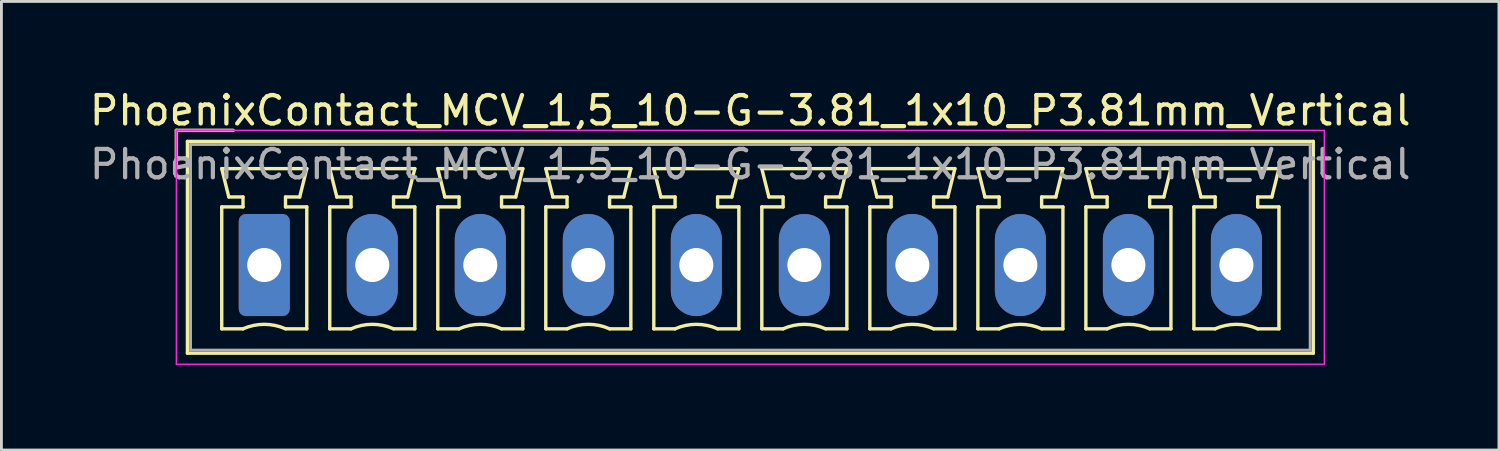
<source format=kicad_pcb>
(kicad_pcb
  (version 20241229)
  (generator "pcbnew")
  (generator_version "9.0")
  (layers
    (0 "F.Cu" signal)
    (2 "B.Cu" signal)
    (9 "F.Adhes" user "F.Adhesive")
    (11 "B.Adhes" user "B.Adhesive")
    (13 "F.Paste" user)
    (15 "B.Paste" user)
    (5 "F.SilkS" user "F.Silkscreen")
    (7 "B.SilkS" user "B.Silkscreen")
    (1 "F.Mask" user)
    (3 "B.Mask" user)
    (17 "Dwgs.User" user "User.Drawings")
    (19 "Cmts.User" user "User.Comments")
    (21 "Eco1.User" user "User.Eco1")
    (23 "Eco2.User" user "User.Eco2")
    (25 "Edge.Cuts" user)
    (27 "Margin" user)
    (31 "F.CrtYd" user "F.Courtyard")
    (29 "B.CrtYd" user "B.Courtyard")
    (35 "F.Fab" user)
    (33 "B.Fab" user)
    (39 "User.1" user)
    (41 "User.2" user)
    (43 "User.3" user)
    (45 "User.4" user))
  (footprint "PhoenixContact_MCV_1,5_10-G-3.81_1x10_P3.81mm_Vertical"
    (layer "F.Cu")
    (at 6.271 6.298)
    (property "Reference" "PhoenixContact_MCV_1,5_10-G-3.81_1x10_P3.81mm_Vertical" (at 17.14 -5.45 0) (layer "F.SilkS") (effects (font (size 1 1) (thickness 0.15))))
    (attr through_hole)
    (fp_line (start -3.1 -4.75) (end -1.1 -4.75) (stroke (width 0.12) (type solid)) (layer "F.SilkS"))
    (fp_line (start -3.1 -3.5) (end -3.1 -4.75) (stroke (width 0.12) (type solid)) (layer "F.SilkS"))
    (fp_line (start -2.71 -4.36) (end -2.71 3.11) (stroke (width 0.12) (type solid)) (layer "F.SilkS"))
    (fp_line (start -2.71 3.11) (end 37 3.11) (stroke (width 0.12) (type solid)) (layer "F.SilkS"))
    (fp_line (start -1.5 -3.4) (end 1.5 -3.4) (stroke (width 0.12) (type solid)) (layer "F.SilkS"))
    (fp_line (start -1.5 -2.05) (end -0.75 -2.05) (stroke (width 0.12) (type solid)) (layer "F.SilkS"))
    (fp_line (start -1.5 2.25) (end -1.5 -2.05) (stroke (width 0.12) (type solid)) (layer "F.SilkS"))
    (fp_line (start -1.25 -2.4) (end -1.5 -3.4) (stroke (width 0.12) (type solid)) (layer "F.SilkS"))
    (fp_line (start -0.75 -2.4) (end -1.25 -2.4) (stroke (width 0.12) (type solid)) (layer "F.SilkS"))
    (fp_line (start -0.75 -2.05) (end -0.75 -2.4) (stroke (width 0.12) (type solid)) (layer "F.SilkS"))
    (fp_line (start -0.75 2.25) (end -1.5 2.25) (stroke (width 0.12) (type solid)) (layer "F.SilkS"))
    (fp_line (start 0.75 -2.4) (end 0.75 -2.05) (stroke (width 0.12) (type solid)) (layer "F.SilkS"))
    (fp_line (start 0.75 -2.05) (end 1.5 -2.05) (stroke (width 0.12) (type solid)) (layer "F.SilkS"))
    (fp_line (start 1.25 -2.4) (end 0.75 -2.4) (stroke (width 0.12) (type solid)) (layer "F.SilkS"))
    (fp_line (start 1.5 -3.4) (end 1.25 -2.4) (stroke (width 0.12) (type solid)) (layer "F.SilkS"))
    (fp_line (start 1.5 -2.05) (end 1.5 2.25) (stroke (width 0.12) (type solid)) (layer "F.SilkS"))
    (fp_line (start 1.5 2.25) (end 0.75 2.25) (stroke (width 0.12) (type solid)) (layer "F.SilkS"))
    (fp_line (start 2.31 -3.4) (end 5.31 -3.4) (stroke (width 0.12) (type solid)) (layer "F.SilkS"))
    (fp_line (start 2.31 -2.05) (end 3.06 -2.05) (stroke (width 0.12) (type solid)) (layer "F.SilkS"))
    (fp_line (start 2.31 2.25) (end 2.31 -2.05) (stroke (width 0.12) (type solid)) (layer "F.SilkS"))
    (fp_line (start 2.56 -2.4) (end 2.31 -3.4) (stroke (width 0.12) (type solid)) (layer "F.SilkS"))
    (fp_line (start 3.06 -2.4) (end 2.56 -2.4) (stroke (width 0.12) (type solid)) (layer "F.SilkS"))
    (fp_line (start 3.06 -2.05) (end 3.06 -2.4) (stroke (width 0.12) (type solid)) (layer "F.SilkS"))
    (fp_line (start 3.06 2.25) (end 2.31 2.25) (stroke (width 0.12) (type solid)) (layer "F.SilkS"))
    (fp_line (start 4.56 -2.4) (end 4.56 -2.05) (stroke (width 0.12) (type solid)) (layer "F.SilkS"))
    (fp_line (start 4.56 -2.05) (end 5.31 -2.05) (stroke (width 0.12) (type solid)) (layer "F.SilkS"))
    (fp_line (start 5.06 -2.4) (end 4.56 -2.4) (stroke (width 0.12) (type solid)) (layer "F.SilkS"))
    (fp_line (start 5.31 -3.4) (end 5.06 -2.4) (stroke (width 0.12) (type solid)) (layer "F.SilkS"))
    (fp_line (start 5.31 -2.05) (end 5.31 2.25) (stroke (width 0.12) (type solid)) (layer "F.SilkS"))
    (fp_line (start 5.31 2.25) (end 4.56 2.25) (stroke (width 0.12) (type solid)) (layer "F.SilkS"))
    (fp_line (start 6.12 -3.4) (end 9.12 -3.4) (stroke (width 0.12) (type solid)) (layer "F.SilkS"))
    (fp_line (start 6.12 -2.05) (end 6.87 -2.05) (stroke (width 0.12) (type solid)) (layer "F.SilkS"))
    (fp_line (start 6.12 2.25) (end 6.12 -2.05) (stroke (width 0.12) (type solid)) (layer "F.SilkS"))
    (fp_line (start 6.37 -2.4) (end 6.12 -3.4) (stroke (width 0.12) (type solid)) (layer "F.SilkS"))
    (fp_line (start 6.87 -2.4) (end 6.37 -2.4) (stroke (width 0.12) (type solid)) (layer "F.SilkS"))
    (fp_line (start 6.87 -2.05) (end 6.87 -2.4) (stroke (width 0.12) (type solid)) (layer "F.SilkS"))
    (fp_line (start 6.87 2.25) (end 6.12 2.25) (stroke (width 0.12) (type solid)) (layer "F.SilkS"))
    (fp_line (start 8.37 -2.4) (end 8.37 -2.05) (stroke (width 0.12) (type solid)) (layer "F.SilkS"))
    (fp_line (start 8.37 -2.05) (end 9.12 -2.05) (stroke (width 0.12) (type solid)) (layer "F.SilkS"))
    (fp_line (start 8.87 -2.4) (end 8.37 -2.4) (stroke (width 0.12) (type solid)) (layer "F.SilkS"))
    (fp_line (start 9.12 -3.4) (end 8.87 -2.4) (stroke (width 0.12) (type solid)) (layer "F.SilkS"))
    (fp_line (start 9.12 -2.05) (end 9.12 2.25) (stroke (width 0.12) (type solid)) (layer "F.SilkS"))
    (fp_line (start 9.12 2.25) (end 8.37 2.25) (stroke (width 0.12) (type solid)) (layer "F.SilkS"))
    (fp_line (start 9.93 -3.4) (end 12.93 -3.4) (stroke (width 0.12) (type solid)) (layer "F.SilkS"))
    (fp_line (start 9.93 -2.05) (end 10.68 -2.05) (stroke (width 0.12) (type solid)) (layer "F.SilkS"))
    (fp_line (start 9.93 2.25) (end 9.93 -2.05) (stroke (width 0.12) (type solid)) (layer "F.SilkS"))
    (fp_line (start 10.18 -2.4) (end 9.93 -3.4) (stroke (width 0.12) (type solid)) (layer "F.SilkS"))
    (fp_line (start 10.68 -2.4) (end 10.18 -2.4) (stroke (width 0.12) (type solid)) (layer "F.SilkS"))
    (fp_line (start 10.68 -2.05) (end 10.68 -2.4) (stroke (width 0.12) (type solid)) (layer "F.SilkS"))
    (fp_line (start 10.68 2.25) (end 9.93 2.25) (stroke (width 0.12) (type solid)) (layer "F.SilkS"))
    (fp_line (start 12.18 -2.4) (end 12.18 -2.05) (stroke (width 0.12) (type solid)) (layer "F.SilkS"))
    (fp_line (start 12.18 -2.05) (end 12.93 -2.05) (stroke (width 0.12) (type solid)) (layer "F.SilkS"))
    (fp_line (start 12.68 -2.4) (end 12.18 -2.4) (stroke (width 0.12) (type solid)) (layer "F.SilkS"))
    (fp_line (start 12.93 -3.4) (end 12.68 -2.4) (stroke (width 0.12) (type solid)) (layer "F.SilkS"))
    (fp_line (start 12.93 -2.05) (end 12.93 2.25) (stroke (width 0.12) (type solid)) (layer "F.SilkS"))
    (fp_line (start 12.93 2.25) (end 12.18 2.25) (stroke (width 0.12) (type solid)) (layer "F.SilkS"))
    (fp_line (start 13.74 -3.4) (end 16.74 -3.4) (stroke (width 0.12) (type solid)) (layer "F.SilkS"))
    (fp_line (start 13.74 -2.05) (end 14.49 -2.05) (stroke (width 0.12) (type solid)) (layer "F.SilkS"))
    (fp_line (start 13.74 2.25) (end 13.74 -2.05) (stroke (width 0.12) (type solid)) (layer "F.SilkS"))
    (fp_line (start 13.99 -2.4) (end 13.74 -3.4) (stroke (width 0.12) (type solid)) (layer "F.SilkS"))
    (fp_line (start 14.49 -2.4) (end 13.99 -2.4) (stroke (width 0.12) (type solid)) (layer "F.SilkS"))
    (fp_line (start 14.49 -2.05) (end 14.49 -2.4) (stroke (width 0.12) (type solid)) (layer "F.SilkS"))
    (fp_line (start 14.49 2.25) (end 13.74 2.25) (stroke (width 0.12) (type solid)) (layer "F.SilkS"))
    (fp_line (start 15.99 -2.4) (end 15.99 -2.05) (stroke (width 0.12) (type solid)) (layer "F.SilkS"))
    (fp_line (start 15.99 -2.05) (end 16.74 -2.05) (stroke (width 0.12) (type solid)) (layer "F.SilkS"))
    (fp_line (start 16.49 -2.4) (end 15.99 -2.4) (stroke (width 0.12) (type solid)) (layer "F.SilkS"))
    (fp_line (start 16.74 -3.4) (end 16.49 -2.4) (stroke (width 0.12) (type solid)) (layer "F.SilkS"))
    (fp_line (start 16.74 -2.05) (end 16.74 2.25) (stroke (width 0.12) (type solid)) (layer "F.SilkS"))
    (fp_line (start 16.74 2.25) (end 15.99 2.25) (stroke (width 0.12) (type solid)) (layer "F.SilkS"))
    (fp_line (start 17.55 -3.4) (end 20.55 -3.4) (stroke (width 0.12) (type solid)) (layer "F.SilkS"))
    (fp_line (start 17.55 -2.05) (end 18.3 -2.05) (stroke (width 0.12) (type solid)) (layer "F.SilkS"))
    (fp_line (start 17.55 2.25) (end 17.55 -2.05) (stroke (width 0.12) (type solid)) (layer "F.SilkS"))
    (fp_line (start 17.8 -2.4) (end 17.55 -3.4) (stroke (width 0.12) (type solid)) (layer "F.SilkS"))
    (fp_line (start 18.3 -2.4) (end 17.8 -2.4) (stroke (width 0.12) (type solid)) (layer "F.SilkS"))
    (fp_line (start 18.3 -2.05) (end 18.3 -2.4) (stroke (width 0.12) (type solid)) (layer "F.SilkS"))
    (fp_line (start 18.3 2.25) (end 17.55 2.25) (stroke (width 0.12) (type solid)) (layer "F.SilkS"))
    (fp_line (start 19.8 -2.4) (end 19.8 -2.05) (stroke (width 0.12) (type solid)) (layer "F.SilkS"))
    (fp_line (start 19.8 -2.05) (end 20.55 -2.05) (stroke (width 0.12) (type solid)) (layer "F.SilkS"))
    (fp_line (start 20.3 -2.4) (end 19.8 -2.4) (stroke (width 0.12) (type solid)) (layer "F.SilkS"))
    (fp_line (start 20.55 -3.4) (end 20.3 -2.4) (stroke (width 0.12) (type solid)) (layer "F.SilkS"))
    (fp_line (start 20.55 -2.05) (end 20.55 2.25) (stroke (width 0.12) (type solid)) (layer "F.SilkS"))
    (fp_line (start 20.55 2.25) (end 19.8 2.25) (stroke (width 0.12) (type solid)) (layer "F.SilkS"))
    (fp_line (start 21.36 -3.4) (end 24.36 -3.4) (stroke (width 0.12) (type solid)) (layer "F.SilkS"))
    (fp_line (start 21.36 -2.05) (end 22.11 -2.05) (stroke (width 0.12) (type solid)) (layer "F.SilkS"))
    (fp_line (start 21.36 2.25) (end 21.36 -2.05) (stroke (width 0.12) (type solid)) (layer "F.SilkS"))
    (fp_line (start 21.61 -2.4) (end 21.36 -3.4) (stroke (width 0.12) (type solid)) (layer "F.SilkS"))
    (fp_line (start 22.11 -2.4) (end 21.61 -2.4) (stroke (width 0.12) (type solid)) (layer "F.SilkS"))
    (fp_line (start 22.11 -2.05) (end 22.11 -2.4) (stroke (width 0.12) (type solid)) (layer "F.SilkS"))
    (fp_line (start 22.11 2.25) (end 21.36 2.25) (stroke (width 0.12) (type solid)) (layer "F.SilkS"))
    (fp_line (start 23.61 -2.4) (end 23.61 -2.05) (stroke (width 0.12) (type solid)) (layer "F.SilkS"))
    (fp_line (start 23.61 -2.05) (end 24.36 -2.05) (stroke (width 0.12) (type solid)) (layer "F.SilkS"))
    (fp_line (start 24.11 -2.4) (end 23.61 -2.4) (stroke (width 0.12) (type solid)) (layer "F.SilkS"))
    (fp_line (start 24.36 -3.4) (end 24.11 -2.4) (stroke (width 0.12) (type solid)) (layer "F.SilkS"))
    (fp_line (start 24.36 -2.05) (end 24.36 2.25) (stroke (width 0.12) (type solid)) (layer "F.SilkS"))
    (fp_line (start 24.36 2.25) (end 23.61 2.25) (stroke (width 0.12) (type solid)) (layer "F.SilkS"))
    (fp_line (start 25.17 -3.4) (end 28.17 -3.4) (stroke (width 0.12) (type solid)) (layer "F.SilkS"))
    (fp_line (start 25.17 -2.05) (end 25.92 -2.05) (stroke (width 0.12) (type solid)) (layer "F.SilkS"))
    (fp_line (start 25.17 2.25) (end 25.17 -2.05) (stroke (width 0.12) (type solid)) (layer "F.SilkS"))
    (fp_line (start 25.42 -2.4) (end 25.17 -3.4) (stroke (width 0.12) (type solid)) (layer "F.SilkS"))
    (fp_line (start 25.92 -2.4) (end 25.42 -2.4) (stroke (width 0.12) (type solid)) (layer "F.SilkS"))
    (fp_line (start 25.92 -2.05) (end 25.92 -2.4) (stroke (width 0.12) (type solid)) (layer "F.SilkS"))
    (fp_line (start 25.92 2.25) (end 25.17 2.25) (stroke (width 0.12) (type solid)) (layer "F.SilkS"))
    (fp_line (start 27.42 -2.4) (end 27.42 -2.05) (stroke (width 0.12) (type solid)) (layer "F.SilkS"))
    (fp_line (start 27.42 -2.05) (end 28.17 -2.05) (stroke (width 0.12) (type solid)) (layer "F.SilkS"))
    (fp_line (start 27.92 -2.4) (end 27.42 -2.4) (stroke (width 0.12) (type solid)) (layer "F.SilkS"))
    (fp_line (start 28.17 -3.4) (end 27.92 -2.4) (stroke (width 0.12) (type solid)) (layer "F.SilkS"))
    (fp_line (start 28.17 -2.05) (end 28.17 2.25) (stroke (width 0.12) (type solid)) (layer "F.SilkS"))
    (fp_line (start 28.17 2.25) (end 27.42 2.25) (stroke (width 0.12) (type solid)) (layer "F.SilkS"))
    (fp_line (start 28.98 -3.4) (end 31.98 -3.4) (stroke (width 0.12) (type solid)) (layer "F.SilkS"))
    (fp_line (start 28.98 -2.05) (end 29.73 -2.05) (stroke (width 0.12) (type solid)) (layer "F.SilkS"))
    (fp_line (start 28.98 2.25) (end 28.98 -2.05) (stroke (width 0.12) (type solid)) (layer "F.SilkS"))
    (fp_line (start 29.23 -2.4) (end 28.98 -3.4) (stroke (width 0.12) (type solid)) (layer "F.SilkS"))
    (fp_line (start 29.73 -2.4) (end 29.23 -2.4) (stroke (width 0.12) (type solid)) (layer "F.SilkS"))
    (fp_line (start 29.73 -2.05) (end 29.73 -2.4) (stroke (width 0.12) (type solid)) (layer "F.SilkS"))
    (fp_line (start 29.73 2.25) (end 28.98 2.25) (stroke (width 0.12) (type solid)) (layer "F.SilkS"))
    (fp_line (start 31.23 -2.4) (end 31.23 -2.05) (stroke (width 0.12) (type solid)) (layer "F.SilkS"))
    (fp_line (start 31.23 -2.05) (end 31.98 -2.05) (stroke (width 0.12) (type solid)) (layer "F.SilkS"))
    (fp_line (start 31.73 -2.4) (end 31.23 -2.4) (stroke (width 0.12) (type solid)) (layer "F.SilkS"))
    (fp_line (start 31.98 -3.4) (end 31.73 -2.4) (stroke (width 0.12) (type solid)) (layer "F.SilkS"))
    (fp_line (start 31.98 -2.05) (end 31.98 2.25) (stroke (width 0.12) (type solid)) (layer "F.SilkS"))
    (fp_line (start 31.98 2.25) (end 31.23 2.25) (stroke (width 0.12) (type solid)) (layer "F.SilkS"))
    (fp_line (start 32.79 -3.4) (end 35.79 -3.4) (stroke (width 0.12) (type solid)) (layer "F.SilkS"))
    (fp_line (start 32.79 -2.05) (end 33.54 -2.05) (stroke (width 0.12) (type solid)) (layer "F.SilkS"))
    (fp_line (start 32.79 2.25) (end 32.79 -2.05) (stroke (width 0.12) (type solid)) (layer "F.SilkS"))
    (fp_line (start 33.04 -2.4) (end 32.79 -3.4) (stroke (width 0.12) (type solid)) (layer "F.SilkS"))
    (fp_line (start 33.54 -2.4) (end 33.04 -2.4) (stroke (width 0.12) (type solid)) (layer "F.SilkS"))
    (fp_line (start 33.54 -2.05) (end 33.54 -2.4) (stroke (width 0.12) (type solid)) (layer "F.SilkS"))
    (fp_line (start 33.54 2.25) (end 32.79 2.25) (stroke (width 0.12) (type solid)) (layer "F.SilkS"))
    (fp_line (start 35.04 -2.4) (end 35.04 -2.05) (stroke (width 0.12) (type solid)) (layer "F.SilkS"))
    (fp_line (start 35.04 -2.05) (end 35.79 -2.05) (stroke (width 0.12) (type solid)) (layer "F.SilkS"))
    (fp_line (start 35.54 -2.4) (end 35.04 -2.4) (stroke (width 0.12) (type solid)) (layer "F.SilkS"))
    (fp_line (start 35.79 -3.4) (end 35.54 -2.4) (stroke (width 0.12) (type solid)) (layer "F.SilkS"))
    (fp_line (start 35.79 -2.05) (end 35.79 2.25) (stroke (width 0.12) (type solid)) (layer "F.SilkS"))
    (fp_line (start 35.79 2.25) (end 35.04 2.25) (stroke (width 0.12) (type solid)) (layer "F.SilkS"))
    (fp_line (start 37 -4.36) (end -2.71 -4.36) (stroke (width 0.12) (type solid)) (layer "F.SilkS"))
    (fp_line (start 37 3.11) (end 37 -4.36) (stroke (width 0.12) (type solid)) (layer "F.SilkS"))
    (fp_arc (start -0.75 2.25) (mid -0.000193 2.09191) (end 0.749647 2.249844) (stroke (width 0.12) (type solid)) (layer "F.SilkS"))
    (fp_arc (start 3.06 2.25) (mid 3.809807 2.09191) (end 4.559647 2.249844) (stroke (width 0.12) (type solid)) (layer "F.SilkS"))
    (fp_arc (start 6.87 2.25) (mid 7.619807 2.09191) (end 8.369647 2.249844) (stroke (width 0.12) (type solid)) (layer "F.SilkS"))
    (fp_arc (start 10.68 2.25) (mid 11.429807 2.09191) (end 12.179647 2.249844) (stroke (width 0.12) (type solid)) (layer "F.SilkS"))
    (fp_arc (start 14.49 2.25) (mid 15.239807 2.09191) (end 15.989647 2.249844) (stroke (width 0.12) (type solid)) (layer "F.SilkS"))
    (fp_arc (start 18.3 2.25) (mid 19.049807 2.09191) (end 19.799647 2.249844) (stroke (width 0.12) (type solid)) (layer "F.SilkS"))
    (fp_arc (start 22.11 2.25) (mid 22.859807 2.09191) (end 23.609647 2.249844) (stroke (width 0.12) (type solid)) (layer "F.SilkS"))
    (fp_arc (start 25.92 2.25) (mid 26.669807 2.09191) (end 27.419647 2.249844) (stroke (width 0.12) (type solid)) (layer "F.SilkS"))
    (fp_arc (start 29.73 2.25) (mid 30.479807 2.09191) (end 31.229647 2.249844) (stroke (width 0.12) (type solid)) (layer "F.SilkS"))
    (fp_arc (start 33.54 2.25) (mid 34.289807 2.09191) (end 35.039647 2.249844) (stroke (width 0.12) (type solid)) (layer "F.SilkS"))
    (fp_line (start -3.1 -4.75) (end -3.1 3.5) (stroke (width 0.05) (type solid)) (layer "F.CrtYd"))
    (fp_line (start -3.1 3.5) (end 37.39 3.5) (stroke (width 0.05) (type solid)) (layer "F.CrtYd"))
    (fp_line (start 37.39 -4.75) (end -3.1 -4.75) (stroke (width 0.05) (type solid)) (layer "F.CrtYd"))
    (fp_line (start 37.39 3.5) (end 37.39 -4.75) (stroke (width 0.05) (type solid)) (layer "F.CrtYd"))
    (fp_line (start -3.1 -4.75) (end -1.1 -4.75) (stroke (width 0.1) (type solid)) (layer "F.Fab"))
    (fp_line (start -3.1 -3.5) (end -3.1 -4.75) (stroke (width 0.1) (type solid)) (layer "F.Fab"))
    (fp_line (start -2.6 -4.25) (end -2.6 3) (stroke (width 0.1) (type solid)) (layer "F.Fab"))
    (fp_line (start -2.6 3) (end 36.89 3) (stroke (width 0.1) (type solid)) (layer "F.Fab"))
    (fp_line (start 36.89 -4.25) (end -2.6 -4.25) (stroke (width 0.1) (type solid)) (layer "F.Fab"))
    (fp_line (start 36.89 3) (end 36.89 -4.25) (stroke (width 0.1) (type solid)) (layer "F.Fab"))
    (fp_text user "${REFERENCE}" (at 17.14 -3.55 0) (layer "F.Fab") (effects (font (size 1 1) (thickness 0.15))))
    (pad "1" thru_hole roundrect (at 0 0) (size 1.8 3.6) (drill 1.2) (layers "*.Cu" "*.Mask") (roundrect_rratio 0.139))
    (pad "2" thru_hole oval (at 3.81 0) (size 1.8 3.6) (drill 1.2) (layers "*.Cu" "*.Mask"))
    (pad "3" thru_hole oval (at 7.62 0) (size 1.8 3.6) (drill 1.2) (layers "*.Cu" "*.Mask"))
    (pad "4" thru_hole oval (at 11.43 0) (size 1.8 3.6) (drill 1.2) (layers "*.Cu" "*.Mask"))
    (pad "5" thru_hole oval (at 15.24 0) (size 1.8 3.6) (drill 1.2) (layers "*.Cu" "*.Mask"))
    (pad "6" thru_hole oval (at 19.05 0) (size 1.8 3.6) (drill 1.2) (layers "*.Cu" "*.Mask"))
    (pad "7" thru_hole oval (at 22.86 0) (size 1.8 3.6) (drill 1.2) (layers "*.Cu" "*.Mask"))
    (pad "8" thru_hole oval (at 26.67 0) (size 1.8 3.6) (drill 1.2) (layers "*.Cu" "*.Mask"))
    (pad "9" thru_hole oval (at 30.48 0) (size 1.8 3.6) (drill 1.2) (layers "*.Cu" "*.Mask"))
    (pad "10" thru_hole oval (at 34.29 0) (size 1.8 3.6) (drill 1.2) (layers "*.Cu" "*.Mask")))
  (gr_rect
    (start -3 -3)
    (end 49.821 12.823)
    (stroke (width 0.1) (type default))
    (fill no)
    (layer "Edge.Cuts")))
</source>
